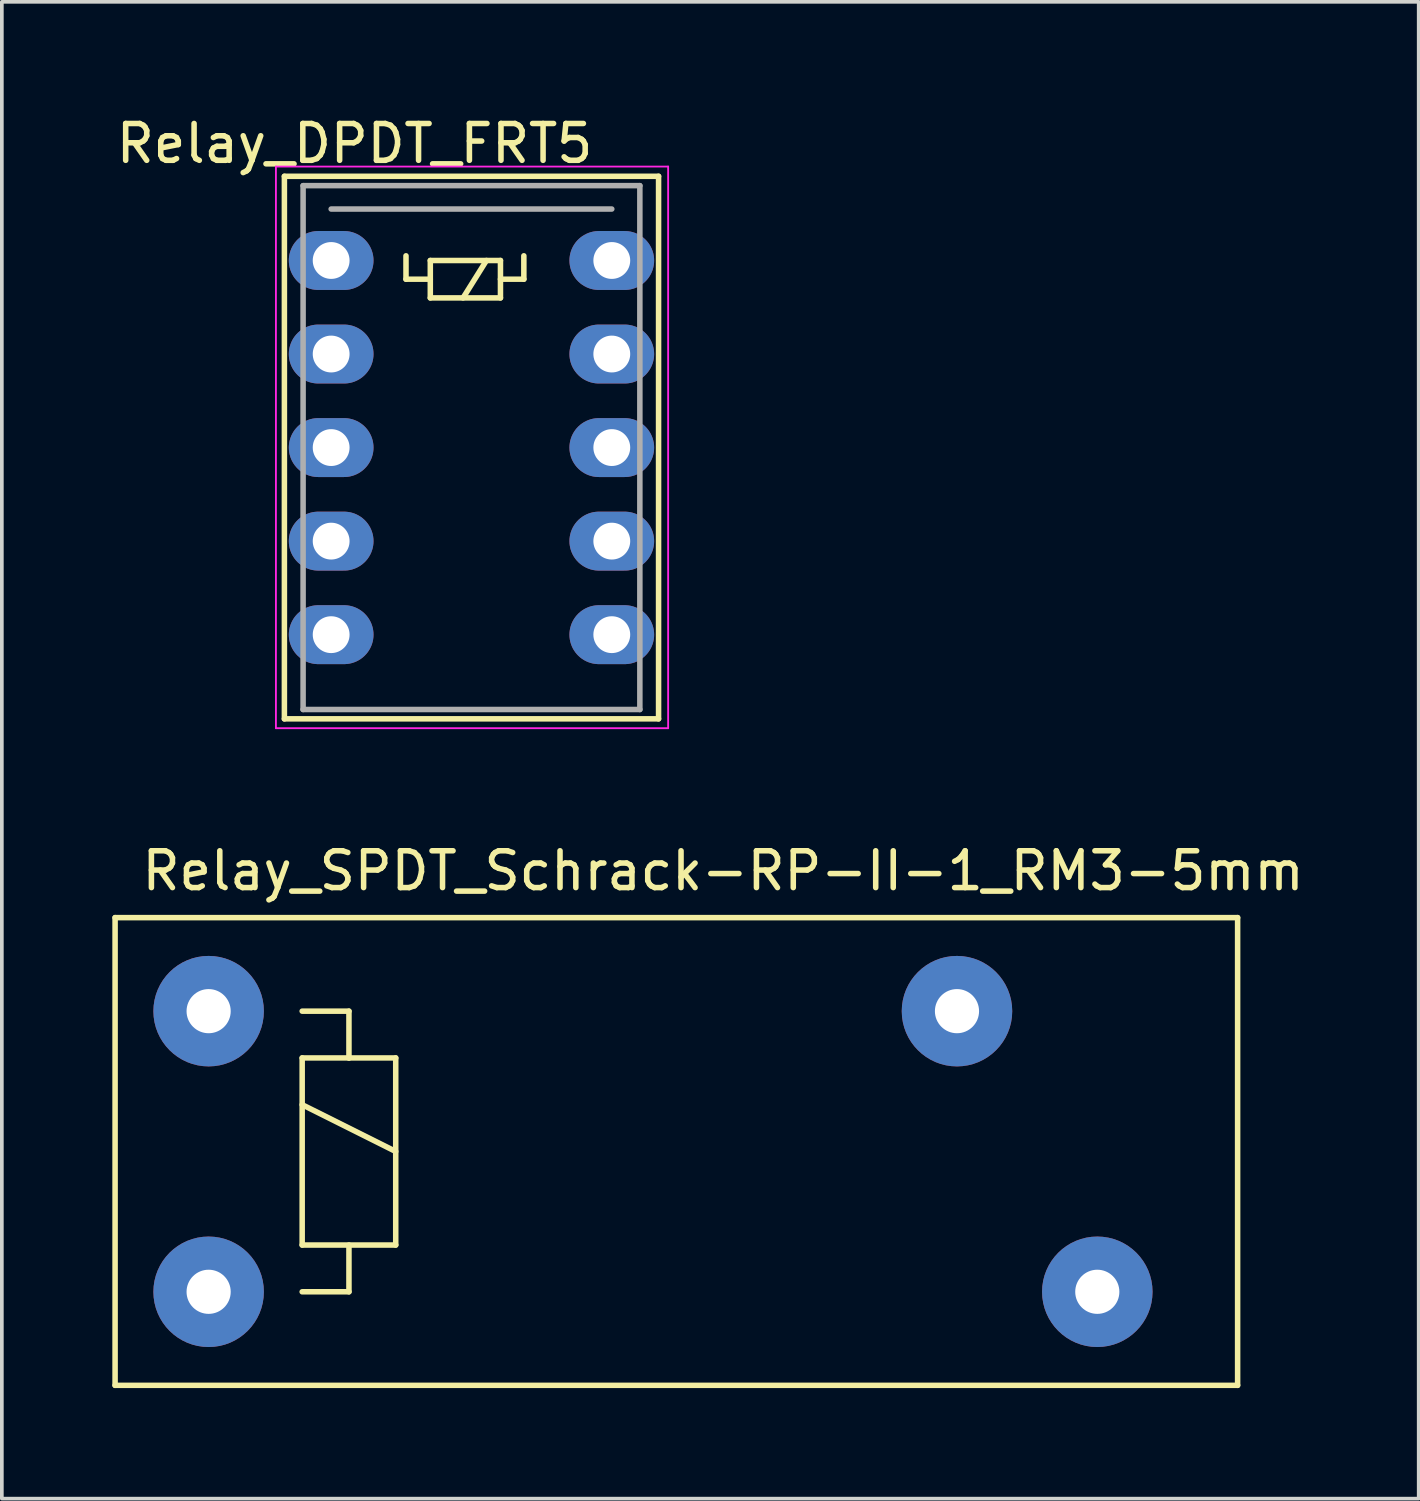
<source format=kicad_pcb>
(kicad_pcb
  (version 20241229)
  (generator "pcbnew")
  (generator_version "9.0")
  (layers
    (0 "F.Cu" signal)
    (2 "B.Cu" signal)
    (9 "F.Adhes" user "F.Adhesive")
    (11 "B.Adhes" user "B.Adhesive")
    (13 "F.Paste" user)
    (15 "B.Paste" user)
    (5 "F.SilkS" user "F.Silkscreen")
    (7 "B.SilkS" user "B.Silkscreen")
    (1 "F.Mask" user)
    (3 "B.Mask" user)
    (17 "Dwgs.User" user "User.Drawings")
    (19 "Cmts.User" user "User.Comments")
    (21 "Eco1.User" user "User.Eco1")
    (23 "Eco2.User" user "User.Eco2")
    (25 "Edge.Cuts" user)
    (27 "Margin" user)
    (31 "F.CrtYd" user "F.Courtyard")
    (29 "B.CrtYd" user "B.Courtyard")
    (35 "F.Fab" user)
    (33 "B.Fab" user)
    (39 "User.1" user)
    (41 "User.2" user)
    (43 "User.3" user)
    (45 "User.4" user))
  (footprint "Relay_SPDT_Schrack-RP-II-1_RM3-5mm"
    (layer "F.Cu")
    (at 2.615 32.026)
    (property "Reference" "Relay_SPDT_Schrack-RP-II-1_RM3-5mm" (at 13.97 -11.43 0) (layer "F.SilkS") (effects (font (size 1 1) (thickness 0.15))))
    (attr through_hole)
    (fp_line (start -2.54 -10.16) (end 27.94 -10.16) (stroke (width 0.15) (type solid)) (layer "F.SilkS"))
    (fp_line (start -2.54 2.54) (end -2.54 -10.16) (stroke (width 0.15) (type solid)) (layer "F.SilkS"))
    (fp_line (start 2.54 -7.62) (end 3.81 -7.62) (stroke (width 0.15) (type solid)) (layer "F.SilkS"))
    (fp_line (start 2.54 -6.35) (end 3.81 -6.35) (stroke (width 0.15) (type solid)) (layer "F.SilkS"))
    (fp_line (start 2.54 -5.08) (end 5.08 -3.81) (stroke (width 0.15) (type solid)) (layer "F.SilkS"))
    (fp_line (start 2.54 -1.27) (end 2.54 -6.35) (stroke (width 0.15) (type solid)) (layer "F.SilkS"))
    (fp_line (start 3.81 -7.62) (end 3.81 -6.35) (stroke (width 0.15) (type solid)) (layer "F.SilkS"))
    (fp_line (start 3.81 -6.35) (end 5.08 -6.35) (stroke (width 0.15) (type solid)) (layer "F.SilkS"))
    (fp_line (start 3.81 -1.27) (end 3.81 0) (stroke (width 0.15) (type solid)) (layer "F.SilkS"))
    (fp_line (start 3.81 0) (end 2.54 0) (stroke (width 0.15) (type solid)) (layer "F.SilkS"))
    (fp_line (start 5.08 -6.35) (end 5.08 -1.27) (stroke (width 0.15) (type solid)) (layer "F.SilkS"))
    (fp_line (start 5.08 -1.27) (end 2.54 -1.27) (stroke (width 0.15) (type solid)) (layer "F.SilkS"))
    (fp_line (start 27.94 -10.16) (end 27.94 2.54) (stroke (width 0.15) (type solid)) (layer "F.SilkS"))
    (fp_line (start 27.94 2.54) (end -2.54 2.54) (stroke (width 0.15) (type solid)) (layer "F.SilkS"))
    (pad "11" thru_hole circle (at 20.32 -7.62) (size 3 3) (drill 1.199) (layers "*.Cu" "*.Mask"))
    (pad "14" thru_hole circle (at 24.13 0) (size 3 3) (drill 1.199) (layers "*.Cu" "*.Mask"))
    (pad "A1" thru_hole circle (at 0 -7.62) (size 3 3) (drill 1.199) (layers "*.Cu" "*.Mask"))
    (pad "A2" thru_hole circle (at 0 0) (size 3 3) (drill 1.199) (layers "*.Cu" "*.Mask")))
  (footprint "Relay_DPDT_FRT5"
    (layer "F.Cu")
    (at 5.942 4.023)
    (property "Reference" "Relay_DPDT_FRT5" (at 0.635 -3.175 0) (layer "F.SilkS") (effects (font (size 1 1) (thickness 0.15))))
    (attr through_hole)
    (fp_line (start -1.27 -2.286) (end 8.89 -2.286) (stroke (width 0.15) (type solid)) (layer "F.SilkS"))
    (fp_line (start -1.27 12.446) (end -1.27 -2.286) (stroke (width 0.15) (type solid)) (layer "F.SilkS"))
    (fp_line (start 2.032 -0.127) (end 2.032 0.508) (stroke (width 0.15) (type solid)) (layer "F.SilkS"))
    (fp_line (start 2.032 0.508) (end 2.692 0.508) (stroke (width 0.15) (type solid)) (layer "F.SilkS"))
    (fp_line (start 2.692 0) (end 2.692 1.016) (stroke (width 0.15) (type solid)) (layer "F.SilkS"))
    (fp_line (start 2.692 1.016) (end 4.597 1.016) (stroke (width 0.15) (type solid)) (layer "F.SilkS"))
    (fp_line (start 4.216 0) (end 3.581 1.016) (stroke (width 0.15) (type solid)) (layer "F.SilkS"))
    (fp_line (start 4.597 0) (end 2.692 0) (stroke (width 0.15) (type solid)) (layer "F.SilkS"))
    (fp_line (start 4.597 0) (end 4.597 1.016) (stroke (width 0.15) (type solid)) (layer "F.SilkS"))
    (fp_line (start 5.232 -0.127) (end 5.232 0.508) (stroke (width 0.15) (type solid)) (layer "F.SilkS"))
    (fp_line (start 5.232 0.508) (end 4.597 0.508) (stroke (width 0.15) (type solid)) (layer "F.SilkS"))
    (fp_line (start 8.89 -2.286) (end 8.89 12.446) (stroke (width 0.15) (type solid)) (layer "F.SilkS"))
    (fp_line (start 8.89 12.446) (end -1.27 12.446) (stroke (width 0.15) (type solid)) (layer "F.SilkS"))
    (fp_line (start -1.5 -2.55) (end 9.15 -2.55) (stroke (width 0.05) (type solid)) (layer "F.CrtYd"))
    (fp_line (start -1.5 12.7) (end -1.5 -2.55) (stroke (width 0.05) (type solid)) (layer "F.CrtYd"))
    (fp_line (start 9.15 -2.55) (end 9.15 12.7) (stroke (width 0.05) (type solid)) (layer "F.CrtYd"))
    (fp_line (start 9.15 12.7) (end -1.5 12.7) (stroke (width 0.05) (type solid)) (layer "F.CrtYd"))
    (fp_line (start -0.762 -2.032) (end 8.382 -2.032) (stroke (width 0.15) (type solid)) (layer "F.Fab"))
    (fp_line (start -0.762 12.192) (end -0.762 -2.032) (stroke (width 0.15) (type solid)) (layer "F.Fab"))
    (fp_line (start 0 -1.397) (end 7.62 -1.397) (stroke (width 0.15) (type solid)) (layer "F.Fab"))
    (fp_line (start 8.382 -2.032) (end 8.382 12.192) (stroke (width 0.15) (type solid)) (layer "F.Fab"))
    (fp_line (start 8.382 12.192) (end -0.762 12.192) (stroke (width 0.15) (type solid)) (layer "F.Fab"))
    (pad "1" thru_hole oval (at 0 0) (size 2.3 1.6) (drill 1) (layers "*.Cu" "*.Mask"))
    (pad "2" thru_hole oval (at 0 2.54) (size 2.3 1.6) (drill 1) (layers "*.Cu" "*.Mask"))
    (pad "3" thru_hole oval (at 0 5.08) (size 2.3 1.6) (drill 1) (layers "*.Cu" "*.Mask"))
    (pad "4" thru_hole oval (at 0 7.62) (size 2.3 1.6) (drill 1) (layers "*.Cu" "*.Mask"))
    (pad "5" thru_hole oval (at 0 10.16) (size 2.3 1.6) (drill 1) (layers "*.Cu" "*.Mask"))
    (pad "6" thru_hole oval (at 7.62 10.16) (size 2.3 1.6) (drill 1) (layers "*.Cu" "*.Mask"))
    (pad "7" thru_hole oval (at 7.62 7.62) (size 2.3 1.6) (drill 1) (layers "*.Cu" "*.Mask"))
    (pad "8" thru_hole oval (at 7.62 5.08) (size 2.3 1.6) (drill 1) (layers "*.Cu" "*.Mask"))
    (pad "9" thru_hole oval (at 7.62 2.54) (size 2.3 1.6) (drill 1) (layers "*.Cu" "*.Mask"))
    (pad "10" thru_hole oval (at 7.62 0) (size 2.3 1.6) (drill 1) (layers "*.Cu" "*.Mask")))
  (gr_rect
    (start -3 -3)
    (end 35.472 37.642)
    (stroke (width 0.1) (type default))
    (fill no)
    (layer "Edge.Cuts")))
</source>
